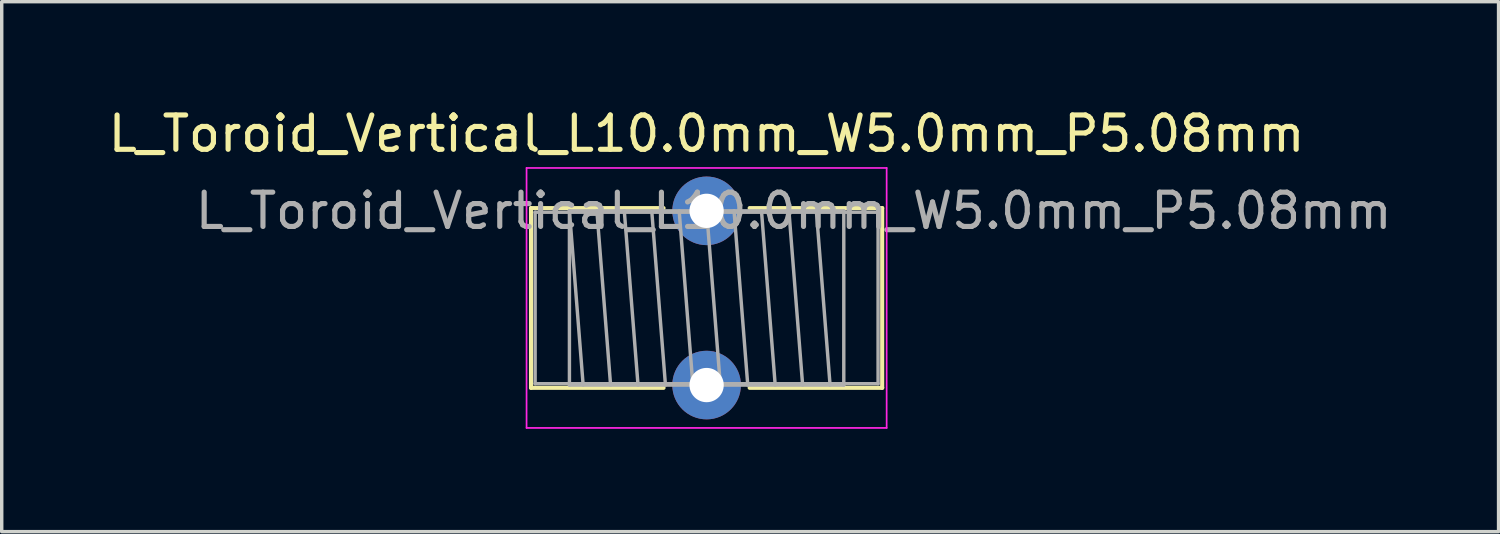
<source format=kicad_pcb>
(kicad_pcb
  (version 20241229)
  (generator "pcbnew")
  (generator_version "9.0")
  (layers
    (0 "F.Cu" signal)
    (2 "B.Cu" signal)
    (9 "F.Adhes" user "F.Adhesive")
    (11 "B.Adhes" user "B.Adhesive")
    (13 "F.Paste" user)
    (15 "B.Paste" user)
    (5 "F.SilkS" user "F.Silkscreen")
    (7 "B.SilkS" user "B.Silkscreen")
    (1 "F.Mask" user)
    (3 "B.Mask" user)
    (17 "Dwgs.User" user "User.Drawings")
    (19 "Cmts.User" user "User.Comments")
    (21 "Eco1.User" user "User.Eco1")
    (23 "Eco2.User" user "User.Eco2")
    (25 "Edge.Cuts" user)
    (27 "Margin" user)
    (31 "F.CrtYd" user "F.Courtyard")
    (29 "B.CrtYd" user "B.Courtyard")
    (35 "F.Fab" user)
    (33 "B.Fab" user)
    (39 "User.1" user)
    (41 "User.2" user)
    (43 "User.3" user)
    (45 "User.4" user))
  (footprint "L_Toroid_Vertical_L10.0mm_W5.0mm_P5.08mm"
    (layer "F.Cu")
    (at 17.554 3.098)
    (property "Reference" "L_Toroid_Vertical_L10.0mm_W5.0mm_P5.08mm" (at 0 -2.25 0) (layer "F.SilkS") (effects (font (size 1 1) (thickness 0.15))))
    (attr through_hole)
    (fp_line (start -5.12 -0.08) (end -5.12 5.16) (stroke (width 0.12) (type solid)) (layer "F.SilkS"))
    (fp_line (start -5.12 -0.08) (end -1.255 -0.08) (stroke (width 0.12) (type solid)) (layer "F.SilkS"))
    (fp_line (start -5.12 5.16) (end -1.255 5.16) (stroke (width 0.12) (type solid)) (layer "F.SilkS"))
    (fp_line (start 1.255 -0.08) (end 5.12 -0.08) (stroke (width 0.12) (type solid)) (layer "F.SilkS"))
    (fp_line (start 1.255 5.16) (end 5.12 5.16) (stroke (width 0.12) (type solid)) (layer "F.SilkS"))
    (fp_line (start 5.12 -0.08) (end 5.12 5.16) (stroke (width 0.12) (type solid)) (layer "F.SilkS"))
    (fp_line (start -5.25 -1.25) (end -5.25 6.33) (stroke (width 0.05) (type solid)) (layer "F.CrtYd"))
    (fp_line (start -5.25 6.33) (end 5.25 6.33) (stroke (width 0.05) (type solid)) (layer "F.CrtYd"))
    (fp_line (start 5.25 -1.25) (end -5.25 -1.25) (stroke (width 0.05) (type solid)) (layer "F.CrtYd"))
    (fp_line (start 5.25 6.33) (end 5.25 -1.25) (stroke (width 0.05) (type solid)) (layer "F.CrtYd"))
    (fp_line (start -5 0.04) (end -5 5.04) (stroke (width 0.1) (type solid)) (layer "F.Fab"))
    (fp_line (start -5 5.04) (end 5 5.04) (stroke (width 0.1) (type solid)) (layer "F.Fab"))
    (fp_line (start -4 0) (end -4 5.08) (stroke (width 0.1) (type solid)) (layer "F.Fab"))
    (fp_line (start -4 0) (end -3.6 5.08) (stroke (width 0.1) (type solid)) (layer "F.Fab"))
    (fp_line (start -4 5.08) (end 4 5.08) (stroke (width 0.1) (type solid)) (layer "F.Fab"))
    (fp_line (start -3.2 0) (end -2.8 5.08) (stroke (width 0.1) (type solid)) (layer "F.Fab"))
    (fp_line (start -2.4 0) (end -2 5.08) (stroke (width 0.1) (type solid)) (layer "F.Fab"))
    (fp_line (start -1.6 0) (end -1.2 5.08) (stroke (width 0.1) (type solid)) (layer "F.Fab"))
    (fp_line (start -0.8 0) (end -0.4 5.08) (stroke (width 0.1) (type solid)) (layer "F.Fab"))
    (fp_line (start 0 0) (end 0.4 5.08) (stroke (width 0.1) (type solid)) (layer "F.Fab"))
    (fp_line (start 0.8 0) (end 1.2 5.08) (stroke (width 0.1) (type solid)) (layer "F.Fab"))
    (fp_line (start 1.6 0) (end 2 5.08) (stroke (width 0.1) (type solid)) (layer "F.Fab"))
    (fp_line (start 2.4 0) (end 2.8 5.08) (stroke (width 0.1) (type solid)) (layer "F.Fab"))
    (fp_line (start 3.2 0) (end 3.6 5.08) (stroke (width 0.1) (type solid)) (layer "F.Fab"))
    (fp_line (start 4 0) (end -4 0) (stroke (width 0.1) (type solid)) (layer "F.Fab"))
    (fp_line (start 4 5.08) (end 4 0) (stroke (width 0.1) (type solid)) (layer "F.Fab"))
    (fp_line (start 5 0.04) (end -5 0.04) (stroke (width 0.1) (type solid)) (layer "F.Fab"))
    (fp_line (start 5 5.04) (end 5 0.04) (stroke (width 0.1) (type solid)) (layer "F.Fab"))
    (fp_text user "${REFERENCE}" (at 2.54 0 0) (layer "F.Fab") (effects (font (size 1 1) (thickness 0.15))))
    (pad "1" thru_hole circle (at 0 0) (size 2 2) (drill 1) (layers "*.Cu" "*.Mask"))
    (pad "2" thru_hole circle (at 0 5.08) (size 2 2) (drill 1) (layers "*.Cu" "*.Mask")))
  (gr_rect
    (start -3 -3)
    (end 40.647 12.453)
    (stroke (width 0.1) (type default))
    (fill no)
    (layer "Edge.Cuts")))
</source>
